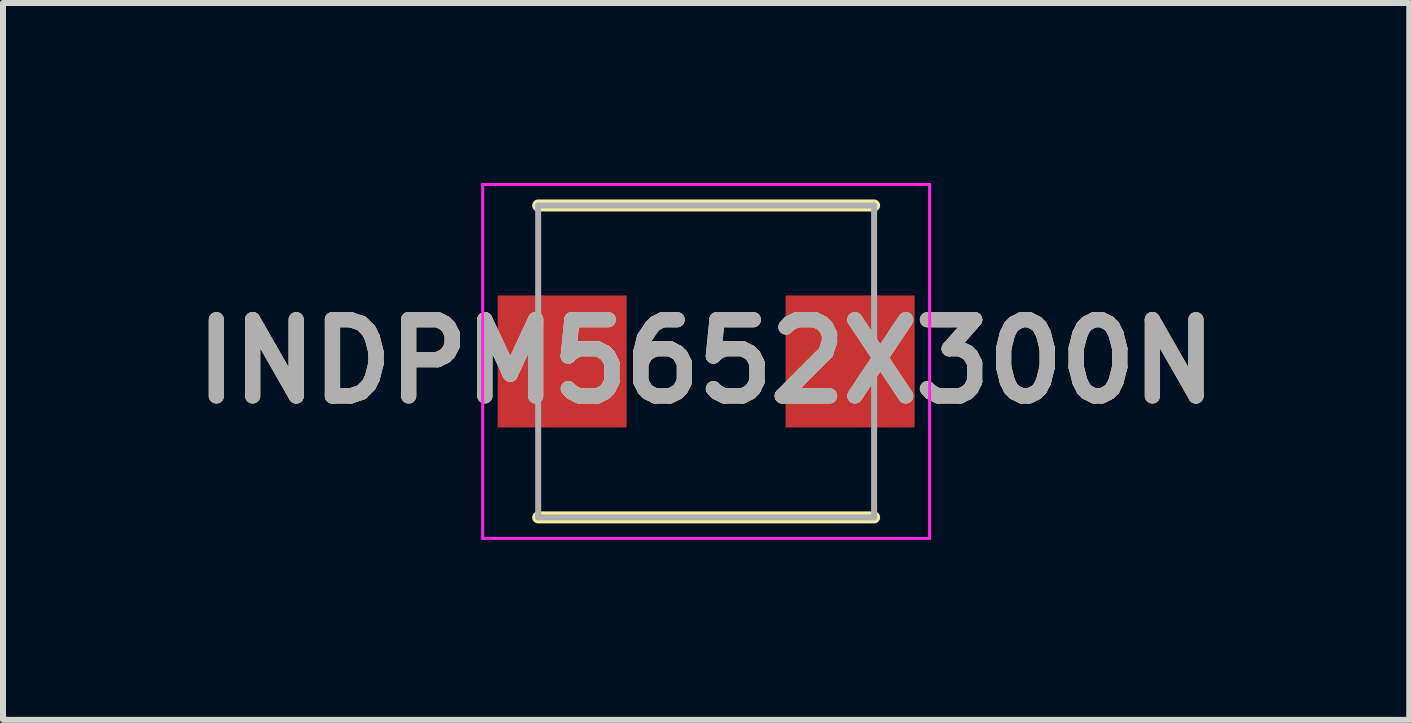
<source format=kicad_pcb>
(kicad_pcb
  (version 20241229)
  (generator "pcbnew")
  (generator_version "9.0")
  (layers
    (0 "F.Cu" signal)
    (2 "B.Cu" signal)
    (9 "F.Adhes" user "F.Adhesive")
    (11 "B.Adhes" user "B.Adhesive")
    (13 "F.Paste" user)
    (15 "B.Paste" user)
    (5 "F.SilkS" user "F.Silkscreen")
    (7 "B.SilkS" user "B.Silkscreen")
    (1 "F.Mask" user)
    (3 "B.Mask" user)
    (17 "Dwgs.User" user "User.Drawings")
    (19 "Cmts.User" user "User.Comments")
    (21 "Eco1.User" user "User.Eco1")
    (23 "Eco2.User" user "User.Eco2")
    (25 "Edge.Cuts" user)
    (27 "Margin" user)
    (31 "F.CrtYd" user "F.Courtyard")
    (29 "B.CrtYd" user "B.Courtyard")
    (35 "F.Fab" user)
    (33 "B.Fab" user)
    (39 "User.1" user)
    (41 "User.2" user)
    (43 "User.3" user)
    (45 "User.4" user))
  (footprint "INDPM5652X300N"
    (layer "F.Cu")
    (at 8.721 2.975)
    (property "Reference" "INDPM5652X300N" (at 0 0 0) (layer "F.SilkS") (effects (font (size 1.27 1.27) (thickness 0.254))))
    (attr smd)
    (fp_line (start -2.8 2.6) (end 2.8 2.6) (stroke (width 0.2) (type solid)) (layer "F.SilkS"))
    (fp_line (start 2.8 -2.6) (end -2.8 -2.6) (stroke (width 0.2) (type solid)) (layer "F.SilkS"))
    (fp_line (start -3.725 -2.95) (end 3.725 -2.95) (stroke (width 0.05) (type solid)) (layer "F.CrtYd"))
    (fp_line (start -3.725 2.95) (end -3.725 -2.95) (stroke (width 0.05) (type solid)) (layer "F.CrtYd"))
    (fp_line (start 3.725 -2.95) (end 3.725 2.95) (stroke (width 0.05) (type solid)) (layer "F.CrtYd"))
    (fp_line (start 3.725 2.95) (end -3.725 2.95) (stroke (width 0.05) (type solid)) (layer "F.CrtYd"))
    (fp_line (start -2.8 -2.6) (end 2.8 -2.6) (stroke (width 0.1) (type solid)) (layer "F.Fab"))
    (fp_line (start -2.8 2.6) (end -2.8 -2.6) (stroke (width 0.1) (type solid)) (layer "F.Fab"))
    (fp_line (start 2.8 -2.6) (end 2.8 2.6) (stroke (width 0.1) (type solid)) (layer "F.Fab"))
    (fp_line (start 2.8 2.6) (end -2.8 2.6) (stroke (width 0.1) (type solid)) (layer "F.Fab"))
    (fp_text user "${REFERENCE}" (at 0 0 0) (layer "F.Fab") (effects (font (size 1.27 1.27) (thickness 0.254))))
    (pad "1" smd rect (at -2.4 0) (size 2.15 2.2) (layers "F.Cu" "F.Mask" "F.Paste"))
    (pad "2" smd rect (at 2.4 0) (size 2.15 2.2) (layers "F.Cu" "F.Mask" "F.Paste")))
  (gr_rect
    (start -3 -3)
    (end 20.441 8.95)
    (stroke (width 0.1) (type default))
    (fill no)
    (layer "Edge.Cuts")))
</source>
